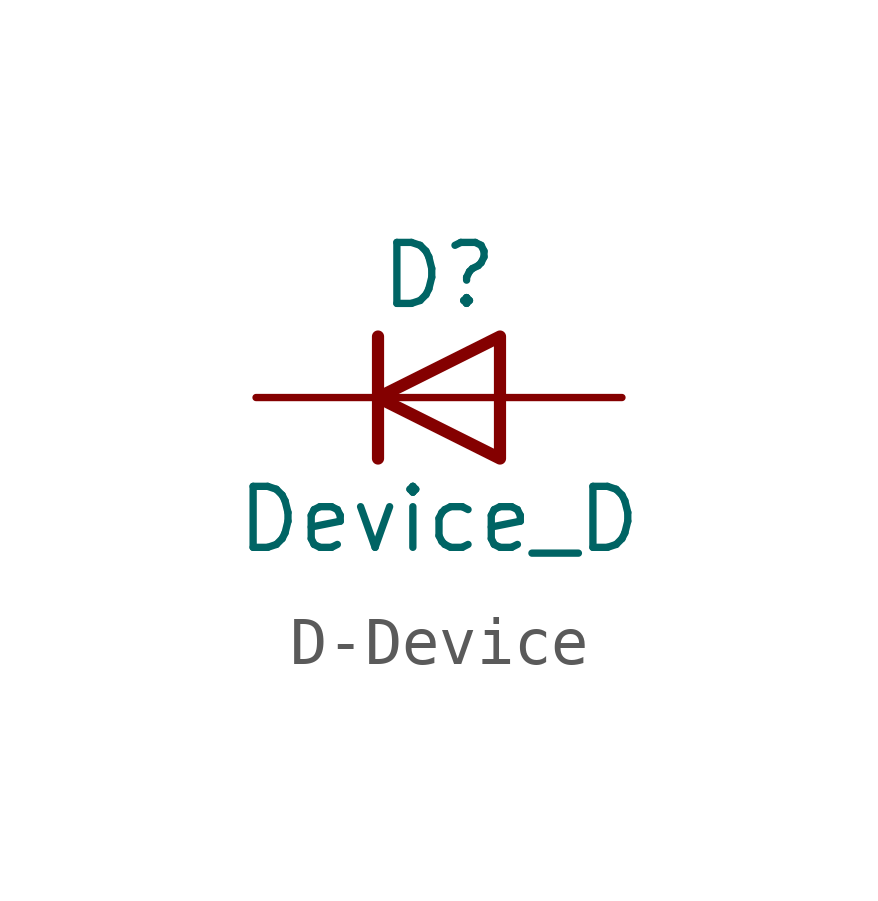
<source format=kicad_sym>
(kicad_symbol_lib
  (version 20220914)
  (generator kicad_symbol_editor)
  (symbol "D-Device"
    (pin_numbers hide)
    (pin_names
      (offset 1.016) hide)
    (property "Reference" "D"
      (at 0 2.54 0)
      (effects (font (size 1.27 1.27))))
    (property "Value" "Device_D"
      (at 0 -2.54 0)
      (effects (font (size 1.27 1.27))))
    (symbol "D-Device_0_1"
      (polyline (pts (xy -1.27 1.27) (xy -1.27 -1.27)) (stroke (width 0.254) (type solid)) (fill (type none)))
      (polyline (pts (xy 1.27 0) (xy -1.27 0)) (stroke (width 0) (type solid)) (fill (type none)))
      (polyline (pts (xy 1.27 1.27) (xy 1.27 -1.27) (xy -1.27 0) (xy 1.27 1.27)) (stroke (width 0.254) (type solid)) (fill (type none))))
    (symbol "D-Device_1_1"
      (pin passive line (at -3.81 0 0) (length 2.54) (name "K" (effects (font (size 1.27 1.27)))) (number "1" (effects (font (size 1.27 1.27)))))
      (pin passive line (at 3.81 0 180) (length 2.54) (name "A" (effects (font (size 1.27 1.27)))) (number "2" (effects (font (size 1.27 1.27))))))))
</source>
